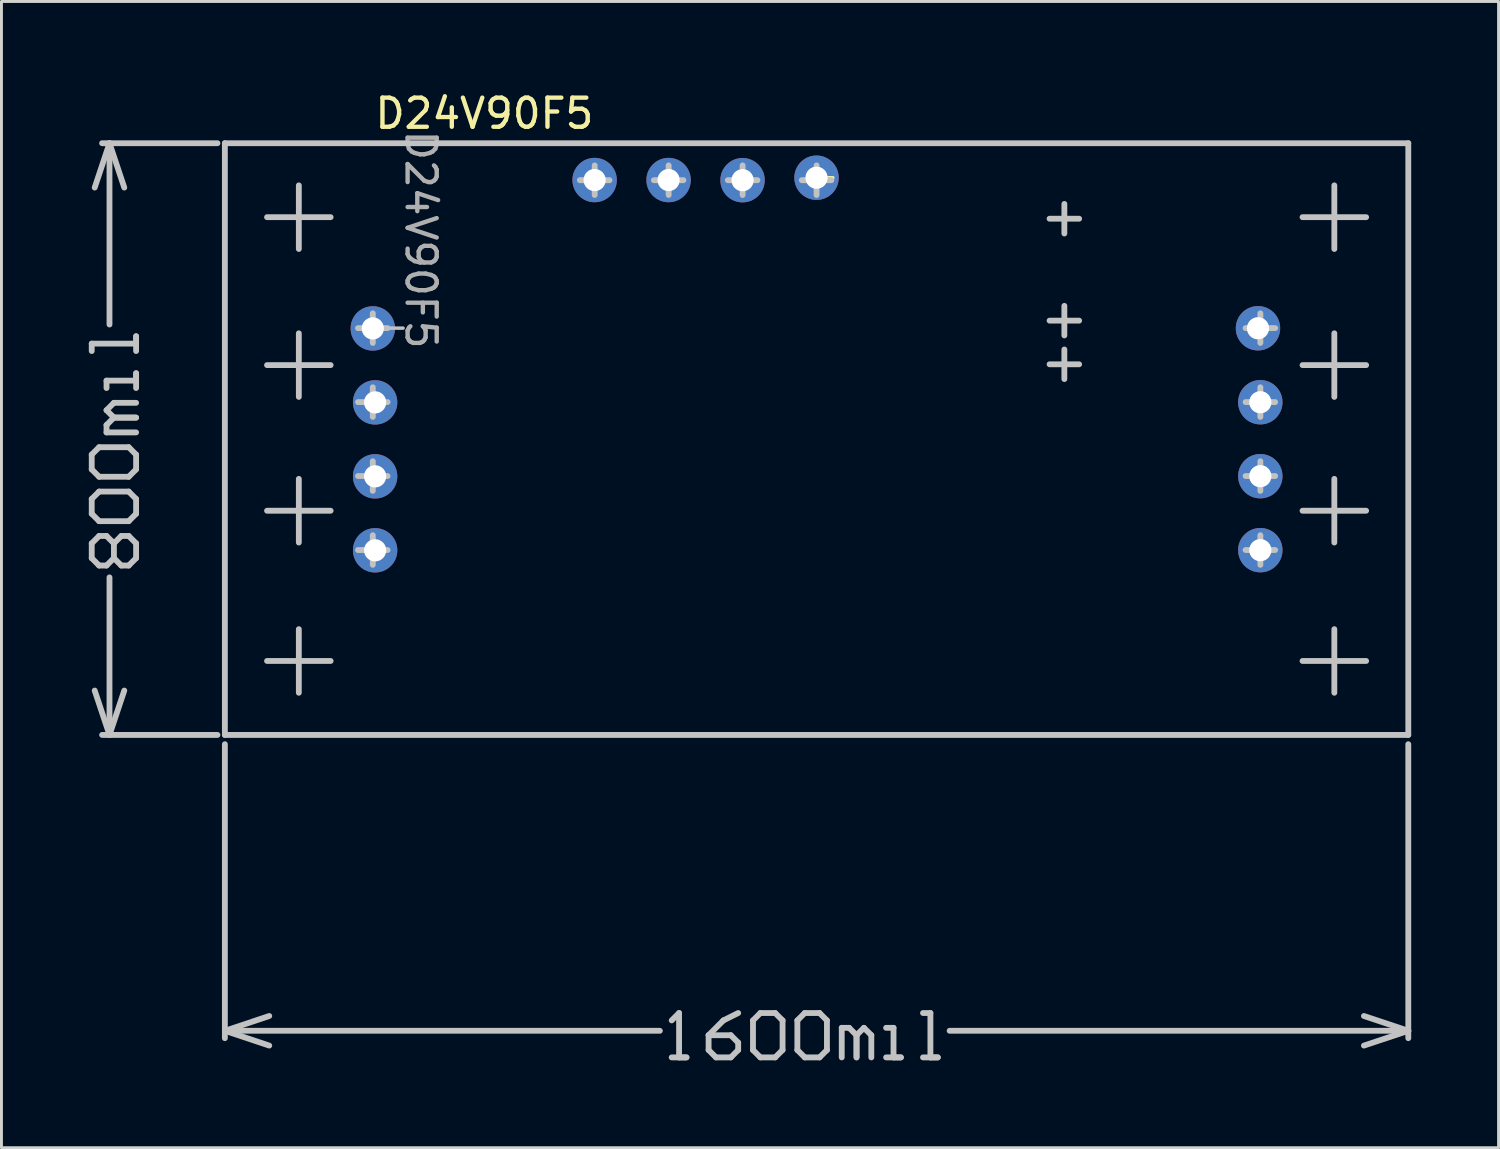
<source format=kicad_pcb>
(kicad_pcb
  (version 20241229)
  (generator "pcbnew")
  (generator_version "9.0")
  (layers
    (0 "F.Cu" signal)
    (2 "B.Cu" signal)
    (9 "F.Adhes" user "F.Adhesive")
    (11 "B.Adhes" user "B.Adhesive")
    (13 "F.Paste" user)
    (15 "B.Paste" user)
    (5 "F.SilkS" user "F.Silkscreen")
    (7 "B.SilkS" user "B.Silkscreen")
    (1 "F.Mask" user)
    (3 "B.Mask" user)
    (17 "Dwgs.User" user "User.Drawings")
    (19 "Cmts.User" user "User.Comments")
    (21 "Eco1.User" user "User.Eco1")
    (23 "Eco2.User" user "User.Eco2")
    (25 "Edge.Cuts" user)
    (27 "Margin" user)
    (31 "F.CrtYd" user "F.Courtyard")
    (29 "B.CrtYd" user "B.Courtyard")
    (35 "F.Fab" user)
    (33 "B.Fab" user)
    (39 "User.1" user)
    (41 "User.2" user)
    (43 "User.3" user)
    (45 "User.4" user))
  (footprint "D24V90F5"
    (layer "F.Cu")
    (at 4.672 22.188)
    (property "Reference" "D24V90F5" (at 8.912 -21.34 0) (unlocked yes) (layer "F.SilkS") (effects (font (size 1 1) (thickness 0.15))))
    (attr through_hole)
    (fp_line (start 20.338 -19.135) (end 20.878 -19.135) (stroke (width 0.12) (type solid)) (layer "F.SilkS"))
    (fp_line (start -4.572 -13.437) (end -4.572 -13.183) (stroke (width 0.2) (type solid)) (layer "Dwgs.User"))
    (fp_line (start -4.572 -9.627) (end -4.318 -9.881) (stroke (width 0.2) (type solid)) (layer "Dwgs.User"))
    (fp_line (start -4.572 -9.119) (end -4.572 -9.627) (stroke (width 0.2) (type solid)) (layer "Dwgs.User"))
    (fp_line (start -4.572 -8.103) (end -4.318 -8.357) (stroke (width 0.2) (type solid)) (layer "Dwgs.User"))
    (fp_line (start -4.572 -7.595) (end -4.572 -8.103) (stroke (width 0.2) (type solid)) (layer "Dwgs.User"))
    (fp_line (start -4.572 -6.579) (end -4.318 -6.833) (stroke (width 0.2) (type solid)) (layer "Dwgs.User"))
    (fp_line (start -4.572 -6.071) (end -4.572 -6.579) (stroke (width 0.2) (type solid)) (layer "Dwgs.User"))
    (fp_line (start -4.47 -18.796) (end -3.962 -20.32) (stroke (width 0.2) (type solid)) (layer "Dwgs.User"))
    (fp_line (start -4.47 -1.524) (end -3.962 0) (stroke (width 0.2) (type solid)) (layer "Dwgs.User"))
    (fp_line (start -4.318 -9.881) (end -3.302 -9.881) (stroke (width 0.2) (type solid)) (layer "Dwgs.User"))
    (fp_line (start -4.318 -8.865) (end -4.572 -9.119) (stroke (width 0.2) (type solid)) (layer "Dwgs.User"))
    (fp_line (start -4.318 -8.357) (end -3.302 -8.357) (stroke (width 0.2) (type solid)) (layer "Dwgs.User"))
    (fp_line (start -4.318 -7.341) (end -4.572 -7.595) (stroke (width 0.2) (type solid)) (layer "Dwgs.User"))
    (fp_line (start -4.318 -6.833) (end -4.064 -6.833) (stroke (width 0.2) (type solid)) (layer "Dwgs.User"))
    (fp_line (start -4.318 -5.817) (end -4.572 -6.071) (stroke (width 0.2) (type solid)) (layer "Dwgs.User"))
    (fp_line (start -4.216 -20.32) (end -0.254 -20.32) (stroke (width 0.2) (type solid)) (layer "Dwgs.User"))
    (fp_line (start -4.216 0) (end -0.254 0) (stroke (width 0.2) (type solid)) (layer "Dwgs.User"))
    (fp_line (start -4.064 -12.167) (end -4.064 -11.913) (stroke (width 0.2) (type solid)) (layer "Dwgs.User"))
    (fp_line (start -4.064 -11.151) (end -3.81 -11.405) (stroke (width 0.2) (type solid)) (layer "Dwgs.User"))
    (fp_line (start -4.064 -10.643) (end -3.81 -10.897) (stroke (width 0.2) (type solid)) (layer "Dwgs.User"))
    (fp_line (start -4.064 -10.389) (end -4.064 -10.643) (stroke (width 0.2) (type solid)) (layer "Dwgs.User"))
    (fp_line (start -4.064 -6.833) (end -3.81 -6.579) (stroke (width 0.2) (type solid)) (layer "Dwgs.User"))
    (fp_line (start -4.064 -5.817) (end -4.318 -5.817) (stroke (width 0.2) (type solid)) (layer "Dwgs.User"))
    (fp_line (start -3.962 -20.32) (end -3.454 -18.796) (stroke (width 0.2) (type solid)) (layer "Dwgs.User"))
    (fp_line (start -3.962 -14.094) (end -3.962 -20.32) (stroke (width 0.2) (type solid)) (layer "Dwgs.User"))
    (fp_line (start -3.962 0) (end -3.962 -5.41) (stroke (width 0.2) (type solid)) (layer "Dwgs.User"))
    (fp_line (start -3.962 0) (end -3.454 -1.524) (stroke (width 0.2) (type solid)) (layer "Dwgs.User"))
    (fp_line (start -3.81 -11.405) (end -3.048 -11.405) (stroke (width 0.2) (type solid)) (layer "Dwgs.User"))
    (fp_line (start -3.81 -10.897) (end -4.064 -11.151) (stroke (width 0.2) (type solid)) (layer "Dwgs.User"))
    (fp_line (start -3.81 -10.897) (end -3.048 -10.897) (stroke (width 0.2) (type solid)) (layer "Dwgs.User"))
    (fp_line (start -3.81 -6.579) (end -3.556 -6.833) (stroke (width 0.2) (type solid)) (layer "Dwgs.User"))
    (fp_line (start -3.81 -6.071) (end -4.064 -5.817) (stroke (width 0.2) (type solid)) (layer "Dwgs.User"))
    (fp_line (start -3.81 -6.071) (end -3.81 -6.579) (stroke (width 0.2) (type solid)) (layer "Dwgs.User"))
    (fp_line (start -3.556 -6.833) (end -3.302 -6.833) (stroke (width 0.2) (type solid)) (layer "Dwgs.User"))
    (fp_line (start -3.556 -5.817) (end -3.81 -6.071) (stroke (width 0.2) (type solid)) (layer "Dwgs.User"))
    (fp_line (start -3.302 -9.881) (end -3.048 -9.627) (stroke (width 0.2) (type solid)) (layer "Dwgs.User"))
    (fp_line (start -3.302 -8.865) (end -4.318 -8.865) (stroke (width 0.2) (type solid)) (layer "Dwgs.User"))
    (fp_line (start -3.302 -8.357) (end -3.048 -8.103) (stroke (width 0.2) (type solid)) (layer "Dwgs.User"))
    (fp_line (start -3.302 -7.341) (end -4.318 -7.341) (stroke (width 0.2) (type solid)) (layer "Dwgs.User"))
    (fp_line (start -3.302 -6.833) (end -3.048 -6.579) (stroke (width 0.2) (type solid)) (layer "Dwgs.User"))
    (fp_line (start -3.302 -5.817) (end -3.556 -5.817) (stroke (width 0.2) (type solid)) (layer "Dwgs.User"))
    (fp_line (start -3.048 -13.691) (end -3.048 -13.437) (stroke (width 0.2) (type solid)) (layer "Dwgs.User"))
    (fp_line (start -3.048 -13.437) (end -4.572 -13.437) (stroke (width 0.2) (type solid)) (layer "Dwgs.User"))
    (fp_line (start -3.048 -13.183) (end -3.048 -13.691) (stroke (width 0.2) (type solid)) (layer "Dwgs.User"))
    (fp_line (start -3.048 -12.421) (end -3.048 -12.167) (stroke (width 0.2) (type solid)) (layer "Dwgs.User"))
    (fp_line (start -3.048 -12.167) (end -4.064 -12.167) (stroke (width 0.2) (type solid)) (layer "Dwgs.User"))
    (fp_line (start -3.048 -11.913) (end -3.048 -12.421) (stroke (width 0.2) (type solid)) (layer "Dwgs.User"))
    (fp_line (start -3.048 -10.897) (end -3.81 -10.897) (stroke (width 0.2) (type solid)) (layer "Dwgs.User"))
    (fp_line (start -3.048 -10.389) (end -4.064 -10.389) (stroke (width 0.2) (type solid)) (layer "Dwgs.User"))
    (fp_line (start -3.048 -9.627) (end -3.048 -9.119) (stroke (width 0.2) (type solid)) (layer "Dwgs.User"))
    (fp_line (start -3.048 -9.119) (end -3.302 -8.865) (stroke (width 0.2) (type solid)) (layer "Dwgs.User"))
    (fp_line (start -3.048 -8.103) (end -3.048 -7.595) (stroke (width 0.2) (type solid)) (layer "Dwgs.User"))
    (fp_line (start -3.048 -7.595) (end -3.302 -7.341) (stroke (width 0.2) (type solid)) (layer "Dwgs.User"))
    (fp_line (start -3.048 -6.579) (end -3.048 -6.071) (stroke (width 0.2) (type solid)) (layer "Dwgs.User"))
    (fp_line (start -3.048 -6.071) (end -3.302 -5.817) (stroke (width 0.2) (type solid)) (layer "Dwgs.User"))
    (fp_line (start 0 -20.32) (end 40.64 -20.32) (stroke (width 0.2) (type solid)) (layer "Dwgs.User"))
    (fp_line (start 0 0) (end 0 -20.32) (stroke (width 0.2) (type solid)) (layer "Dwgs.User"))
    (fp_line (start 0 0) (end 40.64 0) (stroke (width 0.2) (type solid)) (layer "Dwgs.User"))
    (fp_line (start 0 10.16) (end 1.524 9.652) (stroke (width 0.2) (type solid)) (layer "Dwgs.User"))
    (fp_line (start 0 10.16) (end 1.524 10.668) (stroke (width 0.2) (type solid)) (layer "Dwgs.User"))
    (fp_line (start 0 10.16) (end 14.938 10.16) (stroke (width 0.2) (type solid)) (layer "Dwgs.User"))
    (fp_line (start 0 10.414) (end 0 0.318) (stroke (width 0.2) (type solid)) (layer "Dwgs.User"))
    (fp_line (start 1.448 -17.78) (end 3.632 -17.78) (stroke (width 0.2) (type solid)) (layer "Dwgs.User"))
    (fp_line (start 1.448 -12.7) (end 3.632 -12.7) (stroke (width 0.2) (type solid)) (layer "Dwgs.User"))
    (fp_line (start 1.448 -7.699) (end 3.632 -7.699) (stroke (width 0.2) (type solid)) (layer "Dwgs.User"))
    (fp_line (start 1.448 -2.54) (end 3.632 -2.54) (stroke (width 0.2) (type solid)) (layer "Dwgs.User"))
    (fp_line (start 2.54 -16.688) (end 2.54 -18.872) (stroke (width 0.2) (type solid)) (layer "Dwgs.User"))
    (fp_line (start 2.54 -11.608) (end 2.54 -13.792) (stroke (width 0.2) (type solid)) (layer "Dwgs.User"))
    (fp_line (start 2.54 -6.607) (end 2.54 -8.793) (stroke (width 0.2) (type solid)) (layer "Dwgs.User"))
    (fp_line (start 2.54 -1.448) (end 2.54 -3.632) (stroke (width 0.2) (type solid)) (layer "Dwgs.User"))
    (fp_line (start 4.572 -13.97) (end 5.588 -13.97) (stroke (width 0.2) (type solid)) (layer "Dwgs.User"))
    (fp_line (start 4.572 -11.43) (end 5.588 -11.43) (stroke (width 0.2) (type solid)) (layer "Dwgs.User"))
    (fp_line (start 4.572 -8.89) (end 5.588 -8.89) (stroke (width 0.2) (type solid)) (layer "Dwgs.User"))
    (fp_line (start 4.572 -6.35) (end 5.588 -6.35) (stroke (width 0.2) (type solid)) (layer "Dwgs.User"))
    (fp_line (start 5 -13.97) (end 6.12 -13.97) (stroke (width 0.12) (type solid)) (layer "Dwgs.User"))
    (fp_line (start 5.08 -13.462) (end 5.08 -14.478) (stroke (width 0.2) (type solid)) (layer "Dwgs.User"))
    (fp_line (start 5.08 -10.922) (end 5.08 -11.938) (stroke (width 0.2) (type solid)) (layer "Dwgs.User"))
    (fp_line (start 5.08 -8.382) (end 5.08 -9.398) (stroke (width 0.2) (type solid)) (layer "Dwgs.User"))
    (fp_line (start 5.08 -5.842) (end 5.08 -6.858) (stroke (width 0.2) (type solid)) (layer "Dwgs.User"))
    (fp_line (start 12.192 -19.05) (end 13.208 -19.05) (stroke (width 0.2) (type solid)) (layer "Dwgs.User"))
    (fp_line (start 12.7 -18.542) (end 12.7 -19.558) (stroke (width 0.2) (type solid)) (layer "Dwgs.User"))
    (fp_line (start 14.732 -19.05) (end 15.748 -19.05) (stroke (width 0.2) (type solid)) (layer "Dwgs.User"))
    (fp_line (start 15.24 -18.542) (end 15.24 -19.558) (stroke (width 0.2) (type solid)) (layer "Dwgs.User"))
    (fp_line (start 15.344 11.074) (end 15.852 11.074) (stroke (width 0.2) (type solid)) (layer "Dwgs.User"))
    (fp_line (start 15.598 9.55) (end 15.344 9.804) (stroke (width 0.2) (type solid)) (layer "Dwgs.User"))
    (fp_line (start 15.598 11.074) (end 15.598 9.55) (stroke (width 0.2) (type solid)) (layer "Dwgs.User"))
    (fp_line (start 15.852 11.074) (end 15.598 11.074) (stroke (width 0.2) (type solid)) (layer "Dwgs.User"))
    (fp_line (start 16.612 10.312) (end 16.612 10.82) (stroke (width 0.2) (type solid)) (layer "Dwgs.User"))
    (fp_line (start 16.612 10.82) (end 16.866 11.074) (stroke (width 0.2) (type solid)) (layer "Dwgs.User"))
    (fp_line (start 16.866 11.074) (end 17.374 11.074) (stroke (width 0.2) (type solid)) (layer "Dwgs.User"))
    (fp_line (start 17.12 9.804) (end 16.612 10.312) (stroke (width 0.2) (type solid)) (layer "Dwgs.User"))
    (fp_line (start 17.272 -19.05) (end 18.288 -19.05) (stroke (width 0.2) (type solid)) (layer "Dwgs.User"))
    (fp_line (start 17.374 10.312) (end 16.612 10.312) (stroke (width 0.2) (type solid)) (layer "Dwgs.User"))
    (fp_line (start 17.374 11.074) (end 17.628 10.82) (stroke (width 0.2) (type solid)) (layer "Dwgs.User"))
    (fp_line (start 17.628 9.55) (end 17.12 9.804) (stroke (width 0.2) (type solid)) (layer "Dwgs.User"))
    (fp_line (start 17.628 10.566) (end 17.374 10.312) (stroke (width 0.2) (type solid)) (layer "Dwgs.User"))
    (fp_line (start 17.628 10.82) (end 17.628 10.566) (stroke (width 0.2) (type solid)) (layer "Dwgs.User"))
    (fp_line (start 17.78 -18.542) (end 17.78 -19.558) (stroke (width 0.2) (type solid)) (layer "Dwgs.User"))
    (fp_line (start 18.136 9.804) (end 18.39 9.55) (stroke (width 0.2) (type solid)) (layer "Dwgs.User"))
    (fp_line (start 18.136 10.82) (end 18.136 9.804) (stroke (width 0.2) (type solid)) (layer "Dwgs.User"))
    (fp_line (start 18.39 9.55) (end 18.898 9.55) (stroke (width 0.2) (type solid)) (layer "Dwgs.User"))
    (fp_line (start 18.39 11.074) (end 18.136 10.82) (stroke (width 0.2) (type solid)) (layer "Dwgs.User"))
    (fp_line (start 18.898 9.55) (end 19.152 9.804) (stroke (width 0.2) (type solid)) (layer "Dwgs.User"))
    (fp_line (start 18.898 11.074) (end 18.39 11.074) (stroke (width 0.2) (type solid)) (layer "Dwgs.User"))
    (fp_line (start 19.152 9.804) (end 19.152 10.82) (stroke (width 0.2) (type solid)) (layer "Dwgs.User"))
    (fp_line (start 19.152 10.82) (end 18.898 11.074) (stroke (width 0.2) (type solid)) (layer "Dwgs.User"))
    (fp_line (start 19.66 9.804) (end 19.914 9.55) (stroke (width 0.2) (type solid)) (layer "Dwgs.User"))
    (fp_line (start 19.66 10.82) (end 19.66 9.804) (stroke (width 0.2) (type solid)) (layer "Dwgs.User"))
    (fp_line (start 19.812 -19.05) (end 20.828 -19.05) (stroke (width 0.2) (type solid)) (layer "Dwgs.User"))
    (fp_line (start 19.914 9.55) (end 20.422 9.55) (stroke (width 0.2) (type solid)) (layer "Dwgs.User"))
    (fp_line (start 19.914 11.074) (end 19.66 10.82) (stroke (width 0.2) (type solid)) (layer "Dwgs.User"))
    (fp_line (start 20.32 -18.542) (end 20.32 -19.558) (stroke (width 0.2) (type solid)) (layer "Dwgs.User"))
    (fp_line (start 20.422 9.55) (end 20.676 9.804) (stroke (width 0.2) (type solid)) (layer "Dwgs.User"))
    (fp_line (start 20.422 11.074) (end 19.914 11.074) (stroke (width 0.2) (type solid)) (layer "Dwgs.User"))
    (fp_line (start 20.676 9.804) (end 20.676 10.82) (stroke (width 0.2) (type solid)) (layer "Dwgs.User"))
    (fp_line (start 20.676 10.82) (end 20.422 11.074) (stroke (width 0.2) (type solid)) (layer "Dwgs.User"))
    (fp_line (start 21.184 10.058) (end 21.438 10.058) (stroke (width 0.2) (type solid)) (layer "Dwgs.User"))
    (fp_line (start 21.184 11.074) (end 21.184 10.058) (stroke (width 0.2) (type solid)) (layer "Dwgs.User"))
    (fp_line (start 21.438 10.058) (end 21.692 10.312) (stroke (width 0.2) (type solid)) (layer "Dwgs.User"))
    (fp_line (start 21.692 10.312) (end 21.692 11.074) (stroke (width 0.2) (type solid)) (layer "Dwgs.User"))
    (fp_line (start 21.692 10.312) (end 21.946 10.058) (stroke (width 0.2) (type solid)) (layer "Dwgs.User"))
    (fp_line (start 21.692 11.074) (end 21.692 10.312) (stroke (width 0.2) (type solid)) (layer "Dwgs.User"))
    (fp_line (start 21.946 10.058) (end 22.2 10.312) (stroke (width 0.2) (type solid)) (layer "Dwgs.User"))
    (fp_line (start 22.2 10.312) (end 22.2 11.074) (stroke (width 0.2) (type solid)) (layer "Dwgs.User"))
    (fp_line (start 22.708 11.074) (end 23.216 11.074) (stroke (width 0.2) (type solid)) (layer "Dwgs.User"))
    (fp_line (start 22.962 10.058) (end 22.708 10.058) (stroke (width 0.2) (type solid)) (layer "Dwgs.User"))
    (fp_line (start 22.962 11.074) (end 22.962 10.058) (stroke (width 0.2) (type solid)) (layer "Dwgs.User"))
    (fp_line (start 23.216 11.074) (end 22.962 11.074) (stroke (width 0.2) (type solid)) (layer "Dwgs.User"))
    (fp_line (start 23.975 11.074) (end 24.483 11.074) (stroke (width 0.2) (type solid)) (layer "Dwgs.User"))
    (fp_line (start 24.229 9.55) (end 23.975 9.55) (stroke (width 0.2) (type solid)) (layer "Dwgs.User"))
    (fp_line (start 24.229 11.074) (end 24.229 9.55) (stroke (width 0.2) (type solid)) (layer "Dwgs.User"))
    (fp_line (start 24.483 11.074) (end 24.229 11.074) (stroke (width 0.2) (type solid)) (layer "Dwgs.User"))
    (fp_line (start 24.889 10.16) (end 40.64 10.16) (stroke (width 0.2) (type solid)) (layer "Dwgs.User"))
    (fp_line (start 28.321 -17.727) (end 29.337 -17.727) (stroke (width 0.2) (type solid)) (layer "Dwgs.User"))
    (fp_line (start 28.321 -14.227) (end 29.337 -14.227) (stroke (width 0.2) (type solid)) (layer "Dwgs.User"))
    (fp_line (start 28.321 -12.728) (end 29.337 -12.728) (stroke (width 0.2) (type solid)) (layer "Dwgs.User"))
    (fp_line (start 28.829 -17.219) (end 28.829 -18.235) (stroke (width 0.2) (type solid)) (layer "Dwgs.User"))
    (fp_line (start 28.829 -13.719) (end 28.829 -14.735) (stroke (width 0.2) (type solid)) (layer "Dwgs.User"))
    (fp_line (start 28.829 -12.22) (end 28.829 -13.236) (stroke (width 0.2) (type solid)) (layer "Dwgs.User"))
    (fp_line (start 35.052 -13.97) (end 36.068 -13.97) (stroke (width 0.2) (type solid)) (layer "Dwgs.User"))
    (fp_line (start 35.052 -11.43) (end 36.068 -11.43) (stroke (width 0.2) (type solid)) (layer "Dwgs.User"))
    (fp_line (start 35.052 -8.89) (end 36.068 -8.89) (stroke (width 0.2) (type solid)) (layer "Dwgs.User"))
    (fp_line (start 35.052 -6.35) (end 36.068 -6.35) (stroke (width 0.2) (type solid)) (layer "Dwgs.User"))
    (fp_line (start 35.56 -13.462) (end 35.56 -14.478) (stroke (width 0.2) (type solid)) (layer "Dwgs.User"))
    (fp_line (start 35.56 -10.922) (end 35.56 -11.938) (stroke (width 0.2) (type solid)) (layer "Dwgs.User"))
    (fp_line (start 35.56 -8.382) (end 35.56 -9.398) (stroke (width 0.2) (type solid)) (layer "Dwgs.User"))
    (fp_line (start 35.56 -5.842) (end 35.56 -6.858) (stroke (width 0.2) (type solid)) (layer "Dwgs.User"))
    (fp_line (start 37.008 -17.78) (end 39.192 -17.78) (stroke (width 0.2) (type solid)) (layer "Dwgs.User"))
    (fp_line (start 37.008 -12.7) (end 39.192 -12.7) (stroke (width 0.2) (type solid)) (layer "Dwgs.User"))
    (fp_line (start 37.008 -7.699) (end 39.192 -7.699) (stroke (width 0.2) (type solid)) (layer "Dwgs.User"))
    (fp_line (start 37.008 -2.54) (end 39.192 -2.54) (stroke (width 0.2) (type solid)) (layer "Dwgs.User"))
    (fp_line (start 38.1 -16.688) (end 38.1 -18.872) (stroke (width 0.2) (type solid)) (layer "Dwgs.User"))
    (fp_line (start 38.1 -11.608) (end 38.1 -13.792) (stroke (width 0.2) (type solid)) (layer "Dwgs.User"))
    (fp_line (start 38.1 -6.607) (end 38.1 -8.793) (stroke (width 0.2) (type solid)) (layer "Dwgs.User"))
    (fp_line (start 38.1 -1.448) (end 38.1 -3.632) (stroke (width 0.2) (type solid)) (layer "Dwgs.User"))
    (fp_line (start 39.116 9.652) (end 40.64 10.16) (stroke (width 0.2) (type solid)) (layer "Dwgs.User"))
    (fp_line (start 39.116 10.668) (end 40.64 10.16) (stroke (width 0.2) (type solid)) (layer "Dwgs.User"))
    (fp_line (start 40.64 0) (end 40.64 -20.32) (stroke (width 0.2) (type solid)) (layer "Dwgs.User"))
    (fp_line (start 40.64 10.414) (end 40.64 0.318) (stroke (width 0.2) (type solid)) (layer "Dwgs.User"))
    (fp_text user "${REFERENCE}" (at 6.73 -17.01 270) (unlocked yes) (layer "F.Fab") (effects (font (size 1 1) (thickness 0.15))))
    (pad "1" thru_hole circle (at 5.08 -13.96 270) (size 1.524 1.524) (drill 0.762) (layers "*.Cu" "*.Mask"))
    (pad "1" thru_hole circle (at 5.16 -11.42 270) (size 1.524 1.524) (drill 0.762) (layers "*.Cu" "*.Mask"))
    (pad "2" thru_hole circle (at 5.16 -8.88 270) (size 1.524 1.524) (drill 0.762) (layers "*.Cu" "*.Mask"))
    (pad "2" thru_hole circle (at 5.16 -6.34 270) (size 1.524 1.524) (drill 0.762) (layers "*.Cu" "*.Mask"))
    (pad "3" thru_hole circle (at 35.478 -13.965 270) (size 1.524 1.524) (drill 0.762) (layers "*.Cu" "*.Mask"))
    (pad "3" thru_hole circle (at 35.558 -11.425 270) (size 1.524 1.524) (drill 0.762) (layers "*.Cu" "*.Mask"))
    (pad "4" thru_hole circle (at 35.558 -8.885 270) (size 1.524 1.524) (drill 0.762) (layers "*.Cu" "*.Mask"))
    (pad "4" thru_hole circle (at 35.558 -6.345 270) (size 1.524 1.524) (drill 0.762) (layers "*.Cu" "*.Mask"))
    (pad "5" thru_hole circle (at 12.698 -19.055 180) (size 1.524 1.524) (drill 0.762) (layers "*.Cu" "*.Mask"))
    (pad "6" thru_hole circle (at 15.238 -19.055 180) (size 1.524 1.524) (drill 0.762) (layers "*.Cu" "*.Mask"))
    (pad "7" thru_hole circle (at 17.778 -19.05 180) (size 1.524 1.524) (drill 0.762) (layers "*.Cu" "*.Mask"))
    (pad "8" thru_hole circle (at 20.318 -19.135 180) (size 1.524 1.524) (drill 0.762) (layers "*.Cu" "*.Mask")))
  (gr_rect
    (start -3 -3)
    (end 48.412 36.363)
    (stroke (width 0.1) (type default))
    (fill no)
    (layer "Edge.Cuts")))
</source>
